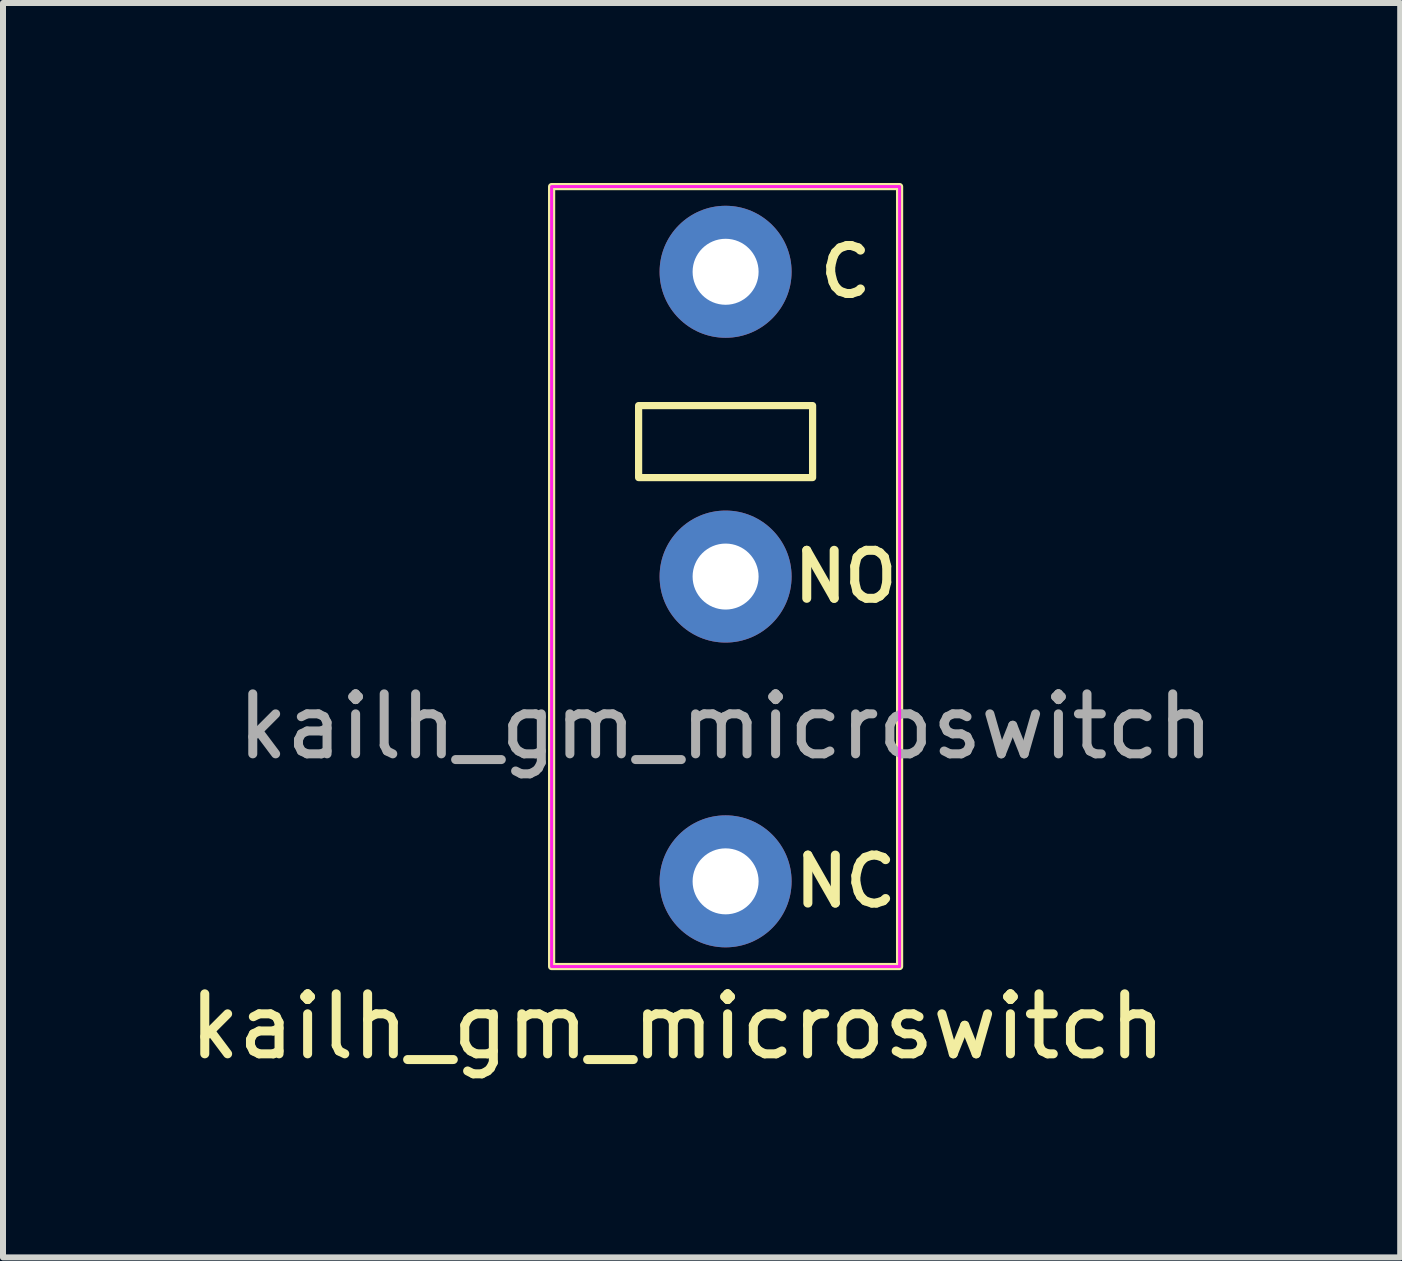
<source format=kicad_pcb>
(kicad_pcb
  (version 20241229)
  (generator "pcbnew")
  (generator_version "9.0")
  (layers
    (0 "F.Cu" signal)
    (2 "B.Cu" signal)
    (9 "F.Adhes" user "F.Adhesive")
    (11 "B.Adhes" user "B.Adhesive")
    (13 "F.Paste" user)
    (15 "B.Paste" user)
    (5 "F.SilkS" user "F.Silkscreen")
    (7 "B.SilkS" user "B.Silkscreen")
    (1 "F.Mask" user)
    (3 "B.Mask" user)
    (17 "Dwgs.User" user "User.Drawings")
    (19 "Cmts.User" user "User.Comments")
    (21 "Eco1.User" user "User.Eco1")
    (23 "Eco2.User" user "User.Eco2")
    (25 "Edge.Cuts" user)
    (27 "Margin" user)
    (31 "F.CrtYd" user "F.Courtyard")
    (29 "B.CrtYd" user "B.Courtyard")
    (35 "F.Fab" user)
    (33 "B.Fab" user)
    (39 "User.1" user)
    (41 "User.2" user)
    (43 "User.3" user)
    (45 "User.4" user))
  (footprint "kailh_gm_microswitch"
    (layer "F.Cu")
    (at 9.044 6.56)
    (property "Reference" "kailh_gm_microswitch" (at -0.8 7.5 0) (unlocked yes) (layer "F.SilkS") (effects (font (size 1 1) (thickness 0.15))))
    (attr through_hole)
    (fp_rect (start -2.9 -6.5) (end 2.9 6.5) (stroke (width 0.12) (type solid)) (fill no) (layer "F.SilkS"))
    (fp_rect (start -1.45 -2.85) (end 1.45 -1.65) (stroke (width 0.12) (type solid)) (fill no) (layer "F.SilkS"))
    (fp_rect (start -2.9 -6.5) (end 2.9 6.5) (stroke (width 0.05) (type solid)) (fill no) (layer "F.CrtYd"))
    (fp_text user "NC" (at 2 5.08 0) (unlocked yes) (layer "F.SilkS") (effects (font (size 0.8 0.8) (thickness 0.15))))
    (fp_text user "C" (at 2 -5.08 0) (unlocked yes) (layer "F.SilkS") (effects (font (size 0.8 0.8) (thickness 0.15))))
    (fp_text user "NO" (at 2 0 0) (unlocked yes) (layer "F.SilkS") (effects (font (size 0.8 0.8) (thickness 0.15))))
    (fp_text user "${REFERENCE}" (at 0 2.5 0) (unlocked yes) (layer "F.Fab") (effects (font (size 1 1) (thickness 0.15))))
    (pad "1" thru_hole circle (at 0 -5.08) (size 2.2 2.2) (drill 1.1) (layers "*.Cu" "*.Mask"))
    (pad "2" thru_hole circle (at 0 0) (size 2.2 2.2) (drill 1.1) (layers "*.Cu" "*.Mask"))
    (pad "3" thru_hole circle (at 0 5.08) (size 2.2 2.2) (drill 1.1) (layers "*.Cu" "*.Mask")))
  (gr_rect
    (start -3 -3)
    (end 20.288 17.908)
    (stroke (width 0.1) (type default))
    (fill no)
    (layer "Edge.Cuts")))
</source>
